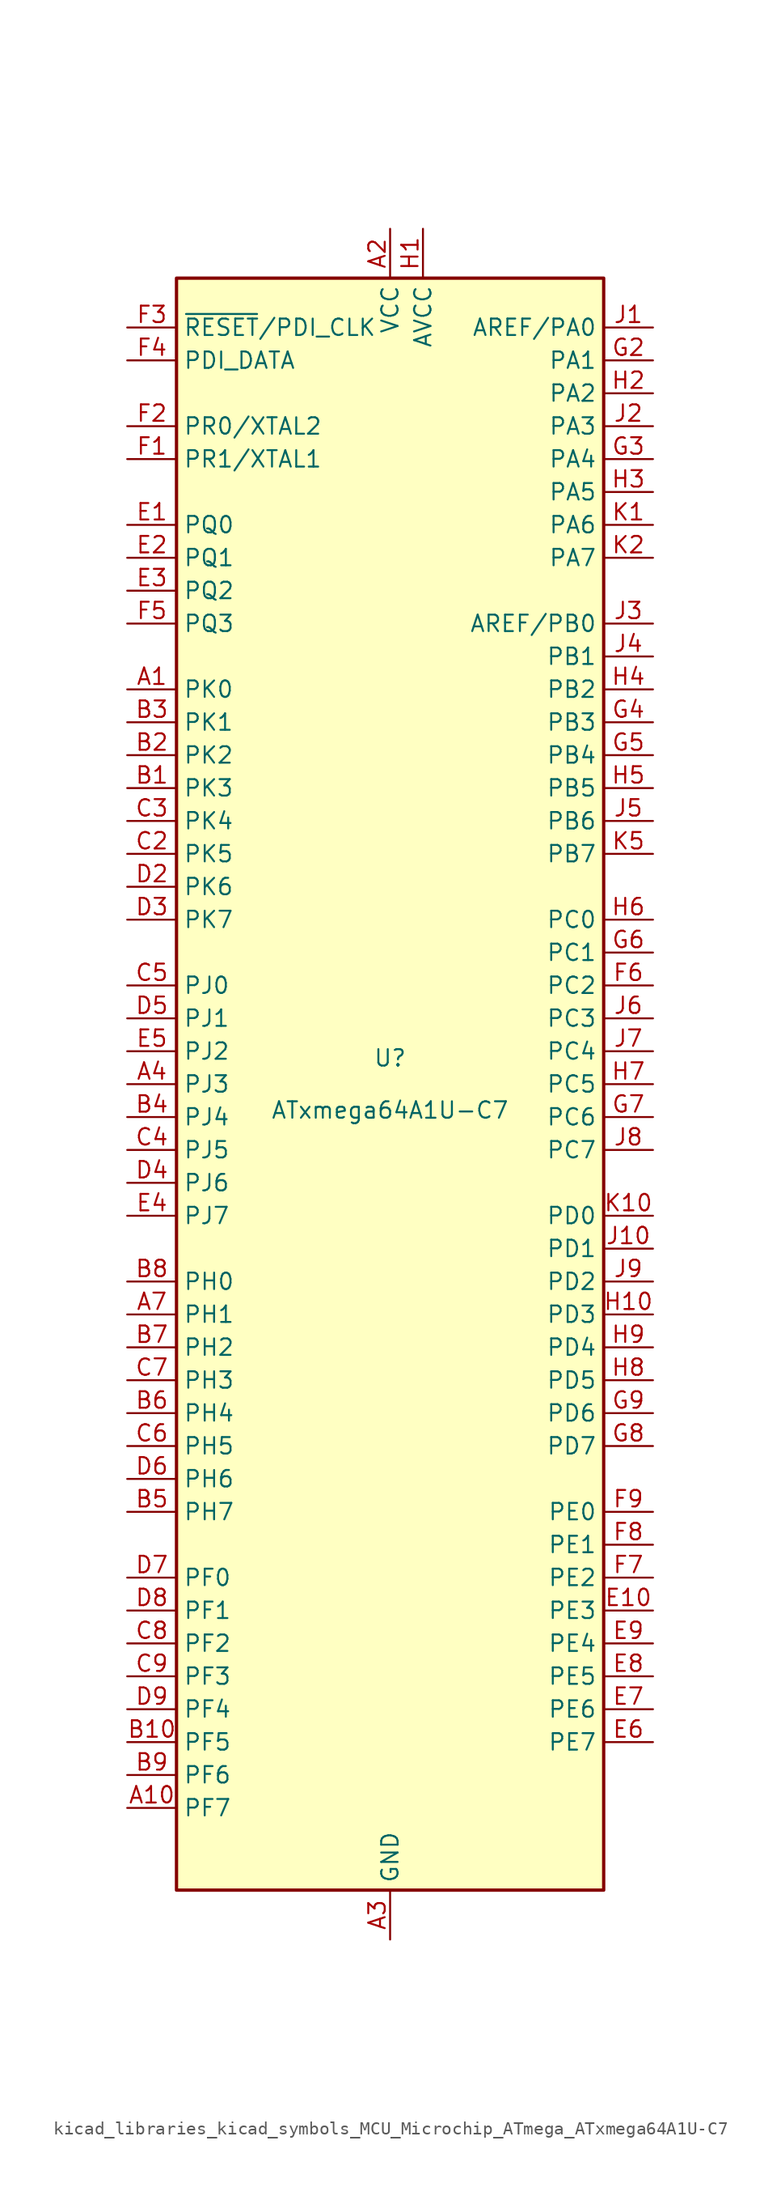
<source format=kicad_sym>
(kicad_symbol_lib
  (version 20220914)
  (generator kicad_symbol_editor)
  (symbol "kicad_libraries_kicad_symbols_MCU_Microchip_ATmega_ATxmega64A1U-C7"
    (property "Reference" "U"
      (at 0 1.27 0)
      (effects (font (size 1.27 1.27)) (justify bottom)))
    (property "Value" "ATxmega64A1U-C7"
      (at 0 -1.27 0)
      (effects (font (size 1.27 1.27)) (justify top)))
    (symbol "kicad_libraries_kicad_symbols_MCU_Microchip_ATmega_ATxmega64A1U-C7_0_1"
      (rectangle (start -16.51 -62.23) (end 16.51 62.23) (stroke (width 0.254) (type default)) (fill (type background))))
    (symbol "kicad_libraries_kicad_symbols_MCU_Microchip_ATmega_ATxmega64A1U-C7_1_1"
      (pin bidirectional line (at -20.32 30.48 0) (length 3.81) (name "PK0" (effects (font (size 1.27 1.27)))) (number "A1" (effects (font (size 1.27 1.27)))))
      (pin bidirectional line (at -20.32 -55.88 0) (length 3.81) (name "PF7" (effects (font (size 1.27 1.27)))) (number "A10" (effects (font (size 1.27 1.27)))))
      (pin power_in line (at 0 66.04 270) (length 3.81) (name "VCC" (effects (font (size 1.27 1.27)))) (number "A2" (effects (font (size 1.27 1.27)))))
      (pin power_in line (at 0 -66.04 90) (length 3.81) (name "GND" (effects (font (size 1.27 1.27)))) (number "A3" (effects (font (size 1.27 1.27)))))
      (pin bidirectional line (at -20.32 0 0) (length 3.81) (name "PJ3" (effects (font (size 1.27 1.27)))) (number "A4" (effects (font (size 1.27 1.27)))))
      (pin passive line (at 0 66.04 270) (length 3.81) hide (name "VCC" (effects (font (size 1.27 1.27)))) (number "A5" (effects (font (size 1.27 1.27)))))
      (pin passive line (at 0 -66.04 90) (length 3.81) hide (name "GND" (effects (font (size 1.27 1.27)))) (number "A6" (effects (font (size 1.27 1.27)))))
      (pin bidirectional line (at -20.32 -17.78 0) (length 3.81) (name "PH1" (effects (font (size 1.27 1.27)))) (number "A7" (effects (font (size 1.27 1.27)))))
      (pin passive line (at 0 -66.04 90) (length 3.81) hide (name "GND" (effects (font (size 1.27 1.27)))) (number "A8" (effects (font (size 1.27 1.27)))))
      (pin passive line (at 0 66.04 270) (length 3.81) hide (name "VCC" (effects (font (size 1.27 1.27)))) (number "A9" (effects (font (size 1.27 1.27)))))
      (pin bidirectional line (at -20.32 22.86 0) (length 3.81) (name "PK3" (effects (font (size 1.27 1.27)))) (number "B1" (effects (font (size 1.27 1.27)))))
      (pin bidirectional line (at -20.32 -50.8 0) (length 3.81) (name "PF5" (effects (font (size 1.27 1.27)))) (number "B10" (effects (font (size 1.27 1.27)))))
      (pin bidirectional line (at -20.32 25.4 0) (length 3.81) (name "PK2" (effects (font (size 1.27 1.27)))) (number "B2" (effects (font (size 1.27 1.27)))))
      (pin bidirectional line (at -20.32 27.94 0) (length 3.81) (name "PK1" (effects (font (size 1.27 1.27)))) (number "B3" (effects (font (size 1.27 1.27)))))
      (pin bidirectional line (at -20.32 -2.54 0) (length 3.81) (name "PJ4" (effects (font (size 1.27 1.27)))) (number "B4" (effects (font (size 1.27 1.27)))))
      (pin bidirectional line (at -20.32 -33.02 0) (length 3.81) (name "PH7" (effects (font (size 1.27 1.27)))) (number "B5" (effects (font (size 1.27 1.27)))))
      (pin bidirectional line (at -20.32 -25.4 0) (length 3.81) (name "PH4" (effects (font (size 1.27 1.27)))) (number "B6" (effects (font (size 1.27 1.27)))))
      (pin bidirectional line (at -20.32 -20.32 0) (length 3.81) (name "PH2" (effects (font (size 1.27 1.27)))) (number "B7" (effects (font (size 1.27 1.27)))))
      (pin bidirectional line (at -20.32 -15.24 0) (length 3.81) (name "PH0" (effects (font (size 1.27 1.27)))) (number "B8" (effects (font (size 1.27 1.27)))))
      (pin bidirectional line (at -20.32 -53.34 0) (length 3.81) (name "PF6" (effects (font (size 1.27 1.27)))) (number "B9" (effects (font (size 1.27 1.27)))))
      (pin passive line (at 0 66.04 270) (length 3.81) hide (name "VCC" (effects (font (size 1.27 1.27)))) (number "C1" (effects (font (size 1.27 1.27)))))
      (pin passive line (at 0 66.04 270) (length 3.81) hide (name "VCC" (effects (font (size 1.27 1.27)))) (number "C10" (effects (font (size 1.27 1.27)))))
      (pin bidirectional line (at -20.32 17.78 0) (length 3.81) (name "PK5" (effects (font (size 1.27 1.27)))) (number "C2" (effects (font (size 1.27 1.27)))))
      (pin bidirectional line (at -20.32 20.32 0) (length 3.81) (name "PK4" (effects (font (size 1.27 1.27)))) (number "C3" (effects (font (size 1.27 1.27)))))
      (pin bidirectional line (at -20.32 -5.08 0) (length 3.81) (name "PJ5" (effects (font (size 1.27 1.27)))) (number "C4" (effects (font (size 1.27 1.27)))))
      (pin bidirectional line (at -20.32 7.62 0) (length 3.81) (name "PJ0" (effects (font (size 1.27 1.27)))) (number "C5" (effects (font (size 1.27 1.27)))))
      (pin bidirectional line (at -20.32 -27.94 0) (length 3.81) (name "PH5" (effects (font (size 1.27 1.27)))) (number "C6" (effects (font (size 1.27 1.27)))))
      (pin bidirectional line (at -20.32 -22.86 0) (length 3.81) (name "PH3" (effects (font (size 1.27 1.27)))) (number "C7" (effects (font (size 1.27 1.27)))))
      (pin bidirectional line (at -20.32 -43.18 0) (length 3.81) (name "PF2" (effects (font (size 1.27 1.27)))) (number "C8" (effects (font (size 1.27 1.27)))))
      (pin bidirectional line (at -20.32 -45.72 0) (length 3.81) (name "PF3" (effects (font (size 1.27 1.27)))) (number "C9" (effects (font (size 1.27 1.27)))))
      (pin passive line (at 0 -66.04 90) (length 3.81) hide (name "GND" (effects (font (size 1.27 1.27)))) (number "D1" (effects (font (size 1.27 1.27)))))
      (pin passive line (at 0 -66.04 90) (length 3.81) hide (name "GND" (effects (font (size 1.27 1.27)))) (number "D10" (effects (font (size 1.27 1.27)))))
      (pin bidirectional line (at -20.32 15.24 0) (length 3.81) (name "PK6" (effects (font (size 1.27 1.27)))) (number "D2" (effects (font (size 1.27 1.27)))))
      (pin bidirectional line (at -20.32 12.7 0) (length 3.81) (name "PK7" (effects (font (size 1.27 1.27)))) (number "D3" (effects (font (size 1.27 1.27)))))
      (pin bidirectional line (at -20.32 -7.62 0) (length 3.81) (name "PJ6" (effects (font (size 1.27 1.27)))) (number "D4" (effects (font (size 1.27 1.27)))))
      (pin bidirectional line (at -20.32 5.08 0) (length 3.81) (name "PJ1" (effects (font (size 1.27 1.27)))) (number "D5" (effects (font (size 1.27 1.27)))))
      (pin bidirectional line (at -20.32 -30.48 0) (length 3.81) (name "PH6" (effects (font (size 1.27 1.27)))) (number "D6" (effects (font (size 1.27 1.27)))))
      (pin bidirectional line (at -20.32 -38.1 0) (length 3.81) (name "PF0" (effects (font (size 1.27 1.27)))) (number "D7" (effects (font (size 1.27 1.27)))))
      (pin bidirectional line (at -20.32 -40.64 0) (length 3.81) (name "PF1" (effects (font (size 1.27 1.27)))) (number "D8" (effects (font (size 1.27 1.27)))))
      (pin bidirectional line (at -20.32 -48.26 0) (length 3.81) (name "PF4" (effects (font (size 1.27 1.27)))) (number "D9" (effects (font (size 1.27 1.27)))))
      (pin bidirectional line (at -20.32 43.18 0) (length 3.81) (name "PQ0" (effects (font (size 1.27 1.27)))) (number "E1" (effects (font (size 1.27 1.27)))))
      (pin bidirectional line (at 20.32 -40.64 180) (length 3.81) (name "PE3" (effects (font (size 1.27 1.27)))) (number "E10" (effects (font (size 1.27 1.27)))))
      (pin bidirectional line (at -20.32 40.64 0) (length 3.81) (name "PQ1" (effects (font (size 1.27 1.27)))) (number "E2" (effects (font (size 1.27 1.27)))))
      (pin bidirectional line (at -20.32 38.1 0) (length 3.81) (name "PQ2" (effects (font (size 1.27 1.27)))) (number "E3" (effects (font (size 1.27 1.27)))))
      (pin bidirectional line (at -20.32 -10.16 0) (length 3.81) (name "PJ7" (effects (font (size 1.27 1.27)))) (number "E4" (effects (font (size 1.27 1.27)))))
      (pin bidirectional line (at -20.32 2.54 0) (length 3.81) (name "PJ2" (effects (font (size 1.27 1.27)))) (number "E5" (effects (font (size 1.27 1.27)))))
      (pin bidirectional line (at 20.32 -50.8 180) (length 3.81) (name "PE7" (effects (font (size 1.27 1.27)))) (number "E6" (effects (font (size 1.27 1.27)))))
      (pin bidirectional line (at 20.32 -48.26 180) (length 3.81) (name "PE6" (effects (font (size 1.27 1.27)))) (number "E7" (effects (font (size 1.27 1.27)))))
      (pin bidirectional line (at 20.32 -45.72 180) (length 3.81) (name "PE5" (effects (font (size 1.27 1.27)))) (number "E8" (effects (font (size 1.27 1.27)))))
      (pin bidirectional line (at 20.32 -43.18 180) (length 3.81) (name "PE4" (effects (font (size 1.27 1.27)))) (number "E9" (effects (font (size 1.27 1.27)))))
      (pin bidirectional line (at -20.32 48.26 0) (length 3.81) (name "PR1/XTAL1" (effects (font (size 1.27 1.27)))) (number "F1" (effects (font (size 1.27 1.27)))))
      (pin passive line (at 0 66.04 270) (length 3.81) hide (name "VCC" (effects (font (size 1.27 1.27)))) (number "F10" (effects (font (size 1.27 1.27)))))
      (pin bidirectional line (at -20.32 50.8 0) (length 3.81) (name "PR0/XTAL2" (effects (font (size 1.27 1.27)))) (number "F2" (effects (font (size 1.27 1.27)))))
      (pin input line (at -20.32 58.42 0) (length 3.81) (name "~{RESET}/PDI_CLK" (effects (font (size 1.27 1.27)))) (number "F3" (effects (font (size 1.27 1.27)))))
      (pin bidirectional line (at -20.32 55.88 0) (length 3.81) (name "PDI_DATA" (effects (font (size 1.27 1.27)))) (number "F4" (effects (font (size 1.27 1.27)))))
      (pin bidirectional line (at -20.32 35.56 0) (length 3.81) (name "PQ3" (effects (font (size 1.27 1.27)))) (number "F5" (effects (font (size 1.27 1.27)))))
      (pin bidirectional line (at 20.32 7.62 180) (length 3.81) (name "PC2" (effects (font (size 1.27 1.27)))) (number "F6" (effects (font (size 1.27 1.27)))))
      (pin bidirectional line (at 20.32 -38.1 180) (length 3.81) (name "PE2" (effects (font (size 1.27 1.27)))) (number "F7" (effects (font (size 1.27 1.27)))))
      (pin bidirectional line (at 20.32 -35.56 180) (length 3.81) (name "PE1" (effects (font (size 1.27 1.27)))) (number "F8" (effects (font (size 1.27 1.27)))))
      (pin bidirectional line (at 20.32 -33.02 180) (length 3.81) (name "PE0" (effects (font (size 1.27 1.27)))) (number "F9" (effects (font (size 1.27 1.27)))))
      (pin passive line (at 0 -66.04 90) (length 3.81) hide (name "GND" (effects (font (size 1.27 1.27)))) (number "G1" (effects (font (size 1.27 1.27)))))
      (pin passive line (at 0 -66.04 90) (length 3.81) hide (name "GND" (effects (font (size 1.27 1.27)))) (number "G10" (effects (font (size 1.27 1.27)))))
      (pin bidirectional line (at 20.32 55.88 180) (length 3.81) (name "PA1" (effects (font (size 1.27 1.27)))) (number "G2" (effects (font (size 1.27 1.27)))))
      (pin bidirectional line (at 20.32 48.26 180) (length 3.81) (name "PA4" (effects (font (size 1.27 1.27)))) (number "G3" (effects (font (size 1.27 1.27)))))
      (pin bidirectional line (at 20.32 27.94 180) (length 3.81) (name "PB3" (effects (font (size 1.27 1.27)))) (number "G4" (effects (font (size 1.27 1.27)))))
      (pin bidirectional line (at 20.32 25.4 180) (length 3.81) (name "PB4" (effects (font (size 1.27 1.27)))) (number "G5" (effects (font (size 1.27 1.27)))))
      (pin bidirectional line (at 20.32 10.16 180) (length 3.81) (name "PC1" (effects (font (size 1.27 1.27)))) (number "G6" (effects (font (size 1.27 1.27)))))
      (pin bidirectional line (at 20.32 -2.54 180) (length 3.81) (name "PC6" (effects (font (size 1.27 1.27)))) (number "G7" (effects (font (size 1.27 1.27)))))
      (pin bidirectional line (at 20.32 -27.94 180) (length 3.81) (name "PD7" (effects (font (size 1.27 1.27)))) (number "G8" (effects (font (size 1.27 1.27)))))
      (pin bidirectional line (at 20.32 -25.4 180) (length 3.81) (name "PD6" (effects (font (size 1.27 1.27)))) (number "G9" (effects (font (size 1.27 1.27)))))
      (pin power_in line (at 2.54 66.04 270) (length 3.81) (name "AVCC" (effects (font (size 1.27 1.27)))) (number "H1" (effects (font (size 1.27 1.27)))))
      (pin bidirectional line (at 20.32 -17.78 180) (length 3.81) (name "PD3" (effects (font (size 1.27 1.27)))) (number "H10" (effects (font (size 1.27 1.27)))))
      (pin bidirectional line (at 20.32 53.34 180) (length 3.81) (name "PA2" (effects (font (size 1.27 1.27)))) (number "H2" (effects (font (size 1.27 1.27)))))
      (pin bidirectional line (at 20.32 45.72 180) (length 3.81) (name "PA5" (effects (font (size 1.27 1.27)))) (number "H3" (effects (font (size 1.27 1.27)))))
      (pin bidirectional line (at 20.32 30.48 180) (length 3.81) (name "PB2" (effects (font (size 1.27 1.27)))) (number "H4" (effects (font (size 1.27 1.27)))))
      (pin bidirectional line (at 20.32 22.86 180) (length 3.81) (name "PB5" (effects (font (size 1.27 1.27)))) (number "H5" (effects (font (size 1.27 1.27)))))
      (pin bidirectional line (at 20.32 12.7 180) (length 3.81) (name "PC0" (effects (font (size 1.27 1.27)))) (number "H6" (effects (font (size 1.27 1.27)))))
      (pin bidirectional line (at 20.32 0 180) (length 3.81) (name "PC5" (effects (font (size 1.27 1.27)))) (number "H7" (effects (font (size 1.27 1.27)))))
      (pin bidirectional line (at 20.32 -22.86 180) (length 3.81) (name "PD5" (effects (font (size 1.27 1.27)))) (number "H8" (effects (font (size 1.27 1.27)))))
      (pin bidirectional line (at 20.32 -20.32 180) (length 3.81) (name "PD4" (effects (font (size 1.27 1.27)))) (number "H9" (effects (font (size 1.27 1.27)))))
      (pin bidirectional line (at 20.32 58.42 180) (length 3.81) (name "AREF/PA0" (effects (font (size 1.27 1.27)))) (number "J1" (effects (font (size 1.27 1.27)))))
      (pin bidirectional line (at 20.32 -12.7 180) (length 3.81) (name "PD1" (effects (font (size 1.27 1.27)))) (number "J10" (effects (font (size 1.27 1.27)))))
      (pin bidirectional line (at 20.32 50.8 180) (length 3.81) (name "PA3" (effects (font (size 1.27 1.27)))) (number "J2" (effects (font (size 1.27 1.27)))))
      (pin bidirectional line (at 20.32 35.56 180) (length 3.81) (name "AREF/PB0" (effects (font (size 1.27 1.27)))) (number "J3" (effects (font (size 1.27 1.27)))))
      (pin bidirectional line (at 20.32 33.02 180) (length 3.81) (name "PB1" (effects (font (size 1.27 1.27)))) (number "J4" (effects (font (size 1.27 1.27)))))
      (pin bidirectional line (at 20.32 20.32 180) (length 3.81) (name "PB6" (effects (font (size 1.27 1.27)))) (number "J5" (effects (font (size 1.27 1.27)))))
      (pin bidirectional line (at 20.32 5.08 180) (length 3.81) (name "PC3" (effects (font (size 1.27 1.27)))) (number "J6" (effects (font (size 1.27 1.27)))))
      (pin bidirectional line (at 20.32 2.54 180) (length 3.81) (name "PC4" (effects (font (size 1.27 1.27)))) (number "J7" (effects (font (size 1.27 1.27)))))
      (pin bidirectional line (at 20.32 -5.08 180) (length 3.81) (name "PC7" (effects (font (size 1.27 1.27)))) (number "J8" (effects (font (size 1.27 1.27)))))
      (pin bidirectional line (at 20.32 -15.24 180) (length 3.81) (name "PD2" (effects (font (size 1.27 1.27)))) (number "J9" (effects (font (size 1.27 1.27)))))
      (pin bidirectional line (at 20.32 43.18 180) (length 3.81) (name "PA6" (effects (font (size 1.27 1.27)))) (number "K1" (effects (font (size 1.27 1.27)))))
      (pin bidirectional line (at 20.32 -10.16 180) (length 3.81) (name "PD0" (effects (font (size 1.27 1.27)))) (number "K10" (effects (font (size 1.27 1.27)))))
      (pin bidirectional line (at 20.32 40.64 180) (length 3.81) (name "PA7" (effects (font (size 1.27 1.27)))) (number "K2" (effects (font (size 1.27 1.27)))))
      (pin passive line (at 0 -66.04 90) (length 3.81) hide (name "GND" (effects (font (size 1.27 1.27)))) (number "K3" (effects (font (size 1.27 1.27)))))
      (pin passive line (at 2.54 66.04 270) (length 3.81) hide (name "AVCC" (effects (font (size 1.27 1.27)))) (number "K4" (effects (font (size 1.27 1.27)))))
      (pin bidirectional line (at 20.32 17.78 180) (length 3.81) (name "PB7" (effects (font (size 1.27 1.27)))) (number "K5" (effects (font (size 1.27 1.27)))))
      (pin passive line (at 0 66.04 270) (length 3.81) hide (name "VCC" (effects (font (size 1.27 1.27)))) (number "K6" (effects (font (size 1.27 1.27)))))
      (pin passive line (at 0 -66.04 90) (length 3.81) hide (name "GND" (effects (font (size 1.27 1.27)))) (number "K7" (effects (font (size 1.27 1.27)))))
      (pin passive line (at 0 66.04 270) (length 3.81) hide (name "VCC" (effects (font (size 1.27 1.27)))) (number "K8" (effects (font (size 1.27 1.27)))))
      (pin passive line (at 0 -66.04 90) (length 3.81) hide (name "GND" (effects (font (size 1.27 1.27)))) (number "K9" (effects (font (size 1.27 1.27))))))))
</source>
